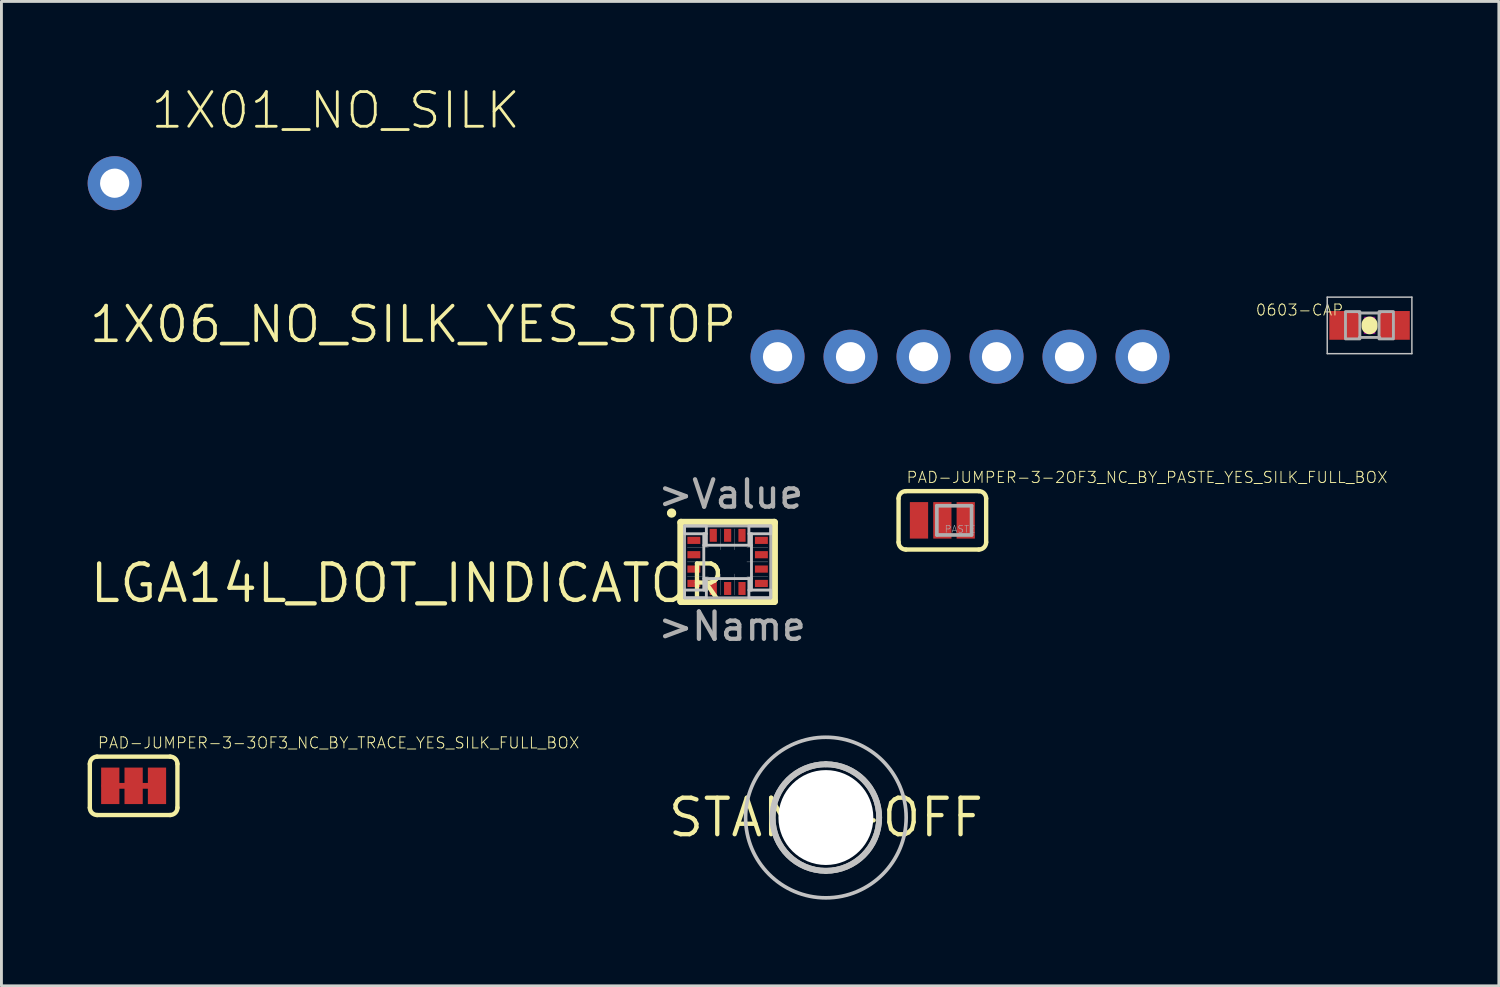
<source format=kicad_pcb>
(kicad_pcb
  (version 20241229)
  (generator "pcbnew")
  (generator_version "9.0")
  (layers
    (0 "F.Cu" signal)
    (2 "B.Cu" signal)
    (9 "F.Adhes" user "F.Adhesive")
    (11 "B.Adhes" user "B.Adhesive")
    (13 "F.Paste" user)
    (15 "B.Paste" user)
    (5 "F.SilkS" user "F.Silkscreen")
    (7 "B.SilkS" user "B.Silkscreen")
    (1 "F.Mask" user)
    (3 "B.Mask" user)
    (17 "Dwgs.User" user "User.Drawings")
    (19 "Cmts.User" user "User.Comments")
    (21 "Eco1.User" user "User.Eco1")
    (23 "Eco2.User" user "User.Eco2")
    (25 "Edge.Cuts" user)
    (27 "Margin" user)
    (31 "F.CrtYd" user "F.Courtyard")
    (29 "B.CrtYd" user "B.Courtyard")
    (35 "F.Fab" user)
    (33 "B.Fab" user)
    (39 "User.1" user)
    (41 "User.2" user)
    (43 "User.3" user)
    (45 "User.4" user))
  (footprint "0603-CAP"
    (layer "F.Cu")
    (at 44.608 8.273)
    (property "Reference" "0603-CAP" (at -0.889 -0.762 0) (layer "F.SilkS") (effects (font (size 0.386 0.386) (thickness 0.033)) (justify right top)))
    (attr through_hole)
    (fp_line (start 0 -0.03) (end 0 0.03) (stroke (width 0.559) (type solid)) (layer "F.SilkS"))
    (fp_poly (pts (xy -0.2 0.3) (xy 0.2 0.3) (xy 0.2 -0.3) (xy -0.2 -0.3)) (stroke (width 0) (type solid)) (fill yes) (layer "F.Adhes"))
    (fp_line (start -1.473 -0.983) (end 1.473 -0.983) (stroke (width 0.051) (type solid)) (layer "Dwgs.User"))
    (fp_line (start -1.473 0.983) (end -1.473 -0.983) (stroke (width 0.051) (type solid)) (layer "Dwgs.User"))
    (fp_line (start 1.473 -0.983) (end 1.473 0.983) (stroke (width 0.051) (type solid)) (layer "Dwgs.User"))
    (fp_line (start 1.473 0.983) (end -1.473 0.983) (stroke (width 0.051) (type solid)) (layer "Dwgs.User"))
    (fp_line (start -0.356 -0.432) (end 0.356 -0.432) (stroke (width 0.102) (type solid)) (layer "F.Fab"))
    (fp_line (start -0.356 0.419) (end 0.356 0.419) (stroke (width 0.102) (type solid)) (layer "F.Fab"))
    (fp_poly (pts (xy -0.838 0.47) (xy -0.338 0.47) (xy -0.338 -0.48) (xy -0.838 -0.48)) (stroke (width 0.1) (type solid)) (fill no) (layer "F.Fab"))
    (fp_poly (pts (xy 0.33 0.47) (xy 0.83 0.47) (xy 0.83 -0.48) (xy 0.33 -0.48)) (stroke (width 0.1) (type solid)) (fill no) (layer "F.Fab"))
    (pad "1" smd rect (at -0.85 0) (size 1.1 1) (layers "F.Cu" "F.Mask" "F.Paste"))
    (pad "2" smd rect (at 0.85 0) (size 1.1 1) (layers "F.Cu" "F.Mask" "F.Paste")))
  (footprint "1X01_NO_SILK"
    (layer "F.Cu")
    (at 0.94 3.325)
    (property "Reference" "1X01_NO_SILK" (at 1.194 -1.829 0) (layer "F.SilkS") (effects (font (size 1.206 1.206) (thickness 0.097)) (justify left bottom)))
    (attr through_hole)
    (fp_poly (pts (xy -0.254 0.254) (xy 0.254 0.254) (xy 0.254 -0.254) (xy -0.254 -0.254)) (stroke (width 0.1) (type solid)) (fill no) (layer "F.Fab"))
    (pad "1" thru_hole circle (at 0 0 90) (size 1.88 1.88) (drill 1.016) (layers "*.Cu" "*.Mask")))
  (footprint "LGA14L_DOT_INDICATOR"
    (layer "F.Cu")
    (at 22.27 16.503)
    (property "Reference" "LGA14L_DOT_INDICATOR" (at 0 0 0) (layer "F.SilkS") (effects (font (size 1.27 1.27) (thickness 0.15)) (justify right top)))
    (attr through_hole)
    (fp_line (start -1.925 -1.7) (end -1.975 -1.7) (stroke (width 0.25) (type solid)) (layer "F.SilkS"))
    (fp_line (start -1.625 -1.375) (end 1.625 -1.375) (stroke (width 0.25) (type solid)) (layer "F.SilkS"))
    (fp_line (start -1.625 1.375) (end -1.625 -1.375) (stroke (width 0.25) (type solid)) (layer "F.SilkS"))
    (fp_line (start 1.625 -1.375) (end 1.625 1.375) (stroke (width 0.25) (type solid)) (layer "F.SilkS"))
    (fp_line (start 1.625 1.375) (end -1.625 1.375) (stroke (width 0.25) (type solid)) (layer "F.SilkS"))
    (fp_circle (center -1.95 -1.7) (end -1.85 -1.7) (stroke (width 0.125) (type solid)) (fill no) (layer "F.SilkS"))
    (fp_line (start -1.4 -0.5) (end -0.67 -0.5) (stroke (width 0.01) (type solid)) (layer "Dwgs.User"))
    (fp_line (start -1.4 0) (end -0.67 0) (stroke (width 0.01) (type solid)) (layer "Dwgs.User"))
    (fp_line (start -1.4 0.5) (end -0.67 0.5) (stroke (width 0.01) (type solid)) (layer "Dwgs.User"))
    (fp_line (start -0.25 -1.15) (end -0.25 -0.42) (stroke (width 0.01) (type solid)) (layer "Dwgs.User"))
    (fp_line (start -0.25 0.42) (end -0.25 1.15) (stroke (width 0.01) (type solid)) (layer "Dwgs.User"))
    (fp_line (start 0.25 -1.15) (end 0.25 -0.42) (stroke (width 0.01) (type solid)) (layer "Dwgs.User"))
    (fp_line (start 0.25 0.42) (end 0.25 1.15) (stroke (width 0.01) (type solid)) (layer "Dwgs.User"))
    (fp_line (start 0.67 -0.5) (end 1.4 -0.5) (stroke (width 0.01) (type solid)) (layer "Dwgs.User"))
    (fp_line (start 0.67 0) (end 1.4 0) (stroke (width 0.01) (type solid)) (layer "Dwgs.User"))
    (fp_line (start 0.67 0.5) (end 1.4 0.5) (stroke (width 0.01) (type solid)) (layer "Dwgs.User"))
    (fp_poly (pts (xy -1.5 -0.98) (xy -0.74 -0.98) (xy -0.74 -1.25) (xy -1.5 -1.25)) (stroke (width 0.1) (type solid)) (fill no) (layer "Dwgs.User"))
    (fp_poly (pts (xy -1.5 1.25) (xy -0.74 1.25) (xy -0.74 0.98) (xy -1.5 0.98)) (stroke (width 0.1) (type solid)) (fill no) (layer "Dwgs.User"))
    (fp_poly (pts (xy -0.83 -0.58) (xy -0.74 -0.58) (xy -0.74 -0.98) (xy -0.83 -0.98)) (stroke (width 0.1) (type solid)) (fill no) (layer "Dwgs.User"))
    (fp_poly (pts (xy -0.83 0.58) (xy 0.83 0.58) (xy 0.83 -0.58) (xy -0.83 -0.58)) (stroke (width 0.1) (type solid)) (fill no) (layer "Dwgs.User"))
    (fp_poly (pts (xy -0.83 0.98) (xy -0.74 0.98) (xy -0.74 0.58) (xy -0.83 0.58)) (stroke (width 0.1) (type solid)) (fill no) (layer "Dwgs.User"))
    (fp_poly (pts (xy 0.74 -0.98) (xy 1.5 -0.98) (xy 1.5 -1.25) (xy 0.74 -1.25)) (stroke (width 0.1) (type solid)) (fill no) (layer "Dwgs.User"))
    (fp_poly (pts (xy 0.74 -0.58) (xy 0.83 -0.58) (xy 0.83 -0.98) (xy 0.74 -0.98)) (stroke (width 0.1) (type solid)) (fill no) (layer "Dwgs.User"))
    (fp_poly (pts (xy 0.74 0.98) (xy 0.83 0.98) (xy 0.83 0.58) (xy 0.74 0.58)) (stroke (width 0.1) (type solid)) (fill no) (layer "Dwgs.User"))
    (fp_poly (pts (xy 0.74 1.25) (xy 1.5 1.25) (xy 1.5 0.98) (xy 0.74 0.98)) (stroke (width 0.1) (type solid)) (fill no) (layer "Dwgs.User"))
    (fp_line (start -1.5 -1.25) (end -1.5 1.25) (stroke (width 0.1) (type solid)) (layer "F.Fab"))
    (fp_line (start -1.5 1.25) (end 1.5 1.25) (stroke (width 0.1) (type solid)) (layer "F.Fab"))
    (fp_line (start 1.5 -1.25) (end -1.5 -1.25) (stroke (width 0.1) (type solid)) (layer "F.Fab"))
    (fp_line (start 1.5 1.25) (end 1.5 -1.25) (stroke (width 0.1) (type solid)) (layer "F.Fab"))
    (fp_text user ">Name" (at -2.5 2.8 0) (layer "F.Fab") (effects (font (size 0.95 0.95) (thickness 0.15)) (justify left bottom)))
    (fp_text user ">Value" (at -2.5 -1.8 0) (layer "F.Fab") (effects (font (size 0.95 0.95) (thickness 0.15)) (justify left bottom)))
    (pad "1" smd rect (at -1.175 -0.75 180) (size 0.45 0.25) (layers "F.Cu" "F.Mask" "F.Paste"))
    (pad "2" smd rect (at -1.175 -0.25 180) (size 0.45 0.25) (layers "F.Cu" "F.Mask" "F.Paste"))
    (pad "3" smd rect (at -1.175 0.25 180) (size 0.45 0.25) (layers "F.Cu" "F.Mask" "F.Paste"))
    (pad "4" smd rect (at -1.175 0.75 180) (size 0.45 0.25) (layers "F.Cu" "F.Mask" "F.Paste"))
    (pad "5" smd rect (at -0.5 0.925 90) (size 0.45 0.25) (layers "F.Cu" "F.Mask" "F.Paste"))
    (pad "6" smd rect (at 0 0.925 90) (size 0.45 0.25) (layers "F.Cu" "F.Mask" "F.Paste"))
    (pad "7" smd rect (at 0.5 0.925 90) (size 0.45 0.25) (layers "F.Cu" "F.Mask" "F.Paste"))
    (pad "8" smd rect (at 1.175 0.75 180) (size 0.45 0.25) (layers "F.Cu" "F.Mask" "F.Paste"))
    (pad "9" smd rect (at 1.175 0.25 180) (size 0.45 0.25) (layers "F.Cu" "F.Mask" "F.Paste"))
    (pad "10" smd rect (at 1.175 -0.25 180) (size 0.45 0.25) (layers "F.Cu" "F.Mask" "F.Paste"))
    (pad "11" smd rect (at 1.175 -0.75 180) (size 0.45 0.25) (layers "F.Cu" "F.Mask" "F.Paste"))
    (pad "12" smd rect (at 0.5 -0.925 90) (size 0.45 0.25) (layers "F.Cu" "F.Mask" "F.Paste"))
    (pad "13" smd rect (at 0 -0.925 90) (size 0.45 0.25) (layers "F.Cu" "F.Mask" "F.Paste"))
    (pad "14" smd rect (at -0.5 -0.925 90) (size 0.45 0.25) (layers "F.Cu" "F.Mask" "F.Paste")))
  (footprint "1X06_NO_SILK_YES_STOP"
    (layer "F.Cu")
    (at 24.007 9.363)
    (property "Reference" "1X06_NO_SILK_YES_STOP" (at -1.346 -1.829 0) (layer "F.SilkS") (effects (font (size 1.206 1.206) (thickness 0.127)) (justify right top)))
    (attr through_hole)
    (fp_poly (pts (xy -0.254 0.254) (xy 0.254 0.254) (xy 0.254 -0.254) (xy -0.254 -0.254)) (stroke (width 0.1) (type solid)) (fill no) (layer "F.Fab"))
    (fp_poly (pts (xy 2.286 0.254) (xy 2.794 0.254) (xy 2.794 -0.254) (xy 2.286 -0.254)) (stroke (width 0.1) (type solid)) (fill no) (layer "F.Fab"))
    (fp_poly (pts (xy 4.826 0.254) (xy 5.334 0.254) (xy 5.334 -0.254) (xy 4.826 -0.254)) (stroke (width 0.1) (type solid)) (fill no) (layer "F.Fab"))
    (fp_poly (pts (xy 7.366 0.254) (xy 7.874 0.254) (xy 7.874 -0.254) (xy 7.366 -0.254)) (stroke (width 0.1) (type solid)) (fill no) (layer "F.Fab"))
    (fp_poly (pts (xy 9.906 0.254) (xy 10.414 0.254) (xy 10.414 -0.254) (xy 9.906 -0.254)) (stroke (width 0.1) (type solid)) (fill no) (layer "F.Fab"))
    (fp_poly (pts (xy 12.446 0.254) (xy 12.954 0.254) (xy 12.954 -0.254) (xy 12.446 -0.254)) (stroke (width 0.1) (type solid)) (fill no) (layer "F.Fab"))
    (pad "1" thru_hole circle (at 0 0 90) (size 1.88 1.88) (drill 1.016) (layers "*.Cu" "*.Mask"))
    (pad "2" thru_hole circle (at 2.54 0 90) (size 1.88 1.88) (drill 1.016) (layers "*.Cu" "*.Mask"))
    (pad "3" thru_hole circle (at 5.08 0 90) (size 1.88 1.88) (drill 1.016) (layers "*.Cu" "*.Mask"))
    (pad "4" thru_hole circle (at 7.62 0 90) (size 1.88 1.88) (drill 1.016) (layers "*.Cu" "*.Mask"))
    (pad "5" thru_hole circle (at 10.16 0 90) (size 1.88 1.88) (drill 1.016) (layers "*.Cu" "*.Mask"))
    (pad "6" thru_hole circle (at 12.7 0 90) (size 1.88 1.88) (drill 1.016) (layers "*.Cu" "*.Mask")))
  (footprint "PAD-JUMPER-3-3OF3_NC_BY_TRACE_YES_SILK_FULL_BOX"
    (layer "F.Cu")
    (at 1.6 24.295)
    (property "Reference" "PAD-JUMPER-3-3OF3_NC_BY_TRACE_YES_SILK_FULL_BOX" (at -1.27 -1.27 0) (layer "F.SilkS") (effects (font (size 0.386 0.386) (thickness 0.033)) (justify left bottom)))
    (attr through_hole)
    (fp_line (start -1.016 0) (end -0.254 0) (stroke (width 0.203) (type solid)) (layer "F.Cu"))
    (fp_line (start 0.254 0) (end 1.016 0) (stroke (width 0.203) (type solid)) (layer "F.Cu"))
    (fp_line (start -1.524 0.762) (end -1.524 -0.762) (stroke (width 0.152) (type solid)) (layer "F.SilkS"))
    (fp_line (start -1.27 -1.016) (end 1.27 -1.016) (stroke (width 0.152) (type solid)) (layer "F.SilkS"))
    (fp_line (start 1.27 1.016) (end -1.27 1.016) (stroke (width 0.152) (type solid)) (layer "F.SilkS"))
    (fp_line (start 1.524 0.762) (end 1.524 -0.762) (stroke (width 0.152) (type solid)) (layer "F.SilkS"))
    (fp_arc (start -1.524 -0.762) (mid -1.449605 -0.941605) (end -1.27 -1.016) (stroke (width 0.1524) (type solid)) (layer "F.SilkS"))
    (fp_arc (start -1.27 1.016) (mid -1.449605 0.941605) (end -1.524 0.762) (stroke (width 0.1524) (type solid)) (layer "F.SilkS"))
    (fp_arc (start 1.27 -1.016) (mid 1.449605 -0.941605) (end 1.524 -0.762) (stroke (width 0.1524) (type solid)) (layer "F.SilkS"))
    (fp_arc (start 1.524 0.762) (mid 1.449605 0.941605) (end 1.27 1.016) (stroke (width 0.1524) (type solid)) (layer "F.SilkS"))
    (pad "1" smd rect (at -0.813 0) (size 0.635 1.27) (layers "F.Cu" "F.Mask"))
    (pad "2" smd rect (at 0 0) (size 0.635 1.27) (layers "F.Cu" "F.Mask"))
    (pad "3" smd rect (at 0.813 0) (size 0.635 1.27) (layers "F.Cu" "F.Mask")))
  (footprint "PAD-JUMPER-3-2OF3_NC_BY_PASTE_YES_SILK_FULL_BOX"
    (layer "F.Cu")
    (at 29.742 15.057)
    (property "Reference" "PAD-JUMPER-3-2OF3_NC_BY_PASTE_YES_SILK_FULL_BOX" (at -1.27 -1.27 0) (layer "F.SilkS") (effects (font (size 0.386 0.386) (thickness 0.033)) (justify left bottom)))
    (attr through_hole)
    (fp_line (start -1.524 0.762) (end -1.524 -0.762) (stroke (width 0.152) (type solid)) (layer "F.SilkS"))
    (fp_line (start -1.27 -1.016) (end 1.27 -1.016) (stroke (width 0.152) (type solid)) (layer "F.SilkS"))
    (fp_line (start 1.27 1.016) (end -1.27 1.016) (stroke (width 0.152) (type solid)) (layer "F.SilkS"))
    (fp_line (start 1.524 0.762) (end 1.524 -0.762) (stroke (width 0.152) (type solid)) (layer "F.SilkS"))
    (fp_arc (start -1.524 -0.762) (mid -1.449605 -0.941605) (end -1.27 -1.016) (stroke (width 0.1524) (type solid)) (layer "F.SilkS"))
    (fp_arc (start -1.27 1.016) (mid -1.449605 0.941605) (end -1.524 0.762) (stroke (width 0.1524) (type solid)) (layer "F.SilkS"))
    (fp_arc (start 1.27 -1.016) (mid 1.449605 -0.941605) (end 1.524 -0.762) (stroke (width 0.1524) (type solid)) (layer "F.SilkS"))
    (fp_arc (start 1.524 0.762) (mid 1.449605 0.941605) (end 1.27 1.016) (stroke (width 0.1524) (type solid)) (layer "F.SilkS"))
    (fp_poly (pts (xy -0.279 1.016) (xy 1.422 1.016) (xy 1.422 -0.991) (xy -0.279 -0.991)) (stroke (width 0) (type solid)) (fill yes) (layer "F.Paste"))
    (fp_line (start -0.191 -0.508) (end -0.191 0.508) (stroke (width 0.127) (type solid)) (layer "F.Fab"))
    (fp_line (start -0.191 0.508) (end 1.016 0.508) (stroke (width 0.127) (type solid)) (layer "F.Fab"))
    (fp_line (start 1.016 -0.508) (end -0.191 -0.508) (stroke (width 0.127) (type solid)) (layer "F.Fab"))
    (fp_line (start 1.016 0.508) (end 1.016 -0.508) (stroke (width 0.127) (type solid)) (layer "F.Fab"))
    (fp_text user "PASTE" (at 0.064 0.445 0) (layer "F.Fab") (effects (font (size 0.241 0.241) (thickness 0.02)) (justify left bottom)))
    (pad "1" smd rect (at -0.813 0) (size 0.635 1.27) (layers "F.Cu" "F.Mask"))
    (pad "2" smd rect (at 0 0) (size 0.635 1.27) (layers "F.Cu" "F.Mask"))
    (pad "3" smd rect (at 0.813 0) (size 0.635 1.27) (layers "F.Cu" "F.Mask")))
  (footprint "STAND-OFF"
    (layer "F.Cu")
    (at 25.689 25.399)
    (property "Reference" "STAND-OFF" (at 0 0 0) (layer "F.SilkS") (effects (font (size 1.27 1.27) (thickness 0.15))))
    (attr through_hole)
    (fp_arc (start 0 -1.8542) (mid 1.8542 0) (end 0 1.8542) (stroke (width 0.2032) (type solid)) (layer "Dwgs.User"))
    (fp_arc (start 0 -1.8542) (mid 1.8542 0) (end 0 1.8542) (stroke (width 0.2032) (type solid)) (layer "Dwgs.User"))
    (fp_arc (start 0 1.8542) (mid -1.8542 0) (end 0 -1.8542) (stroke (width 0.2032) (type solid)) (layer "Dwgs.User"))
    (fp_arc (start 0 1.8542) (mid -1.8542 0) (end 0 -1.8542) (stroke (width 0.2032) (type solid)) (layer "Dwgs.User"))
    (fp_circle (center 0 0) (end 2.794 0) (stroke (width 0.127) (type solid)) (fill no) (layer "Dwgs.User"))
    (pad "" np_thru_hole circle (at 0 0) (size 3.302 3.302) (drill 3.302) (layers "*.Cu" "*.Mask")))
  (gr_rect
    (start -3 -3)
    (end 49.107 31.256)
    (stroke (width 0.1) (type default))
    (fill no)
    (layer "Edge.Cuts")))
</source>
